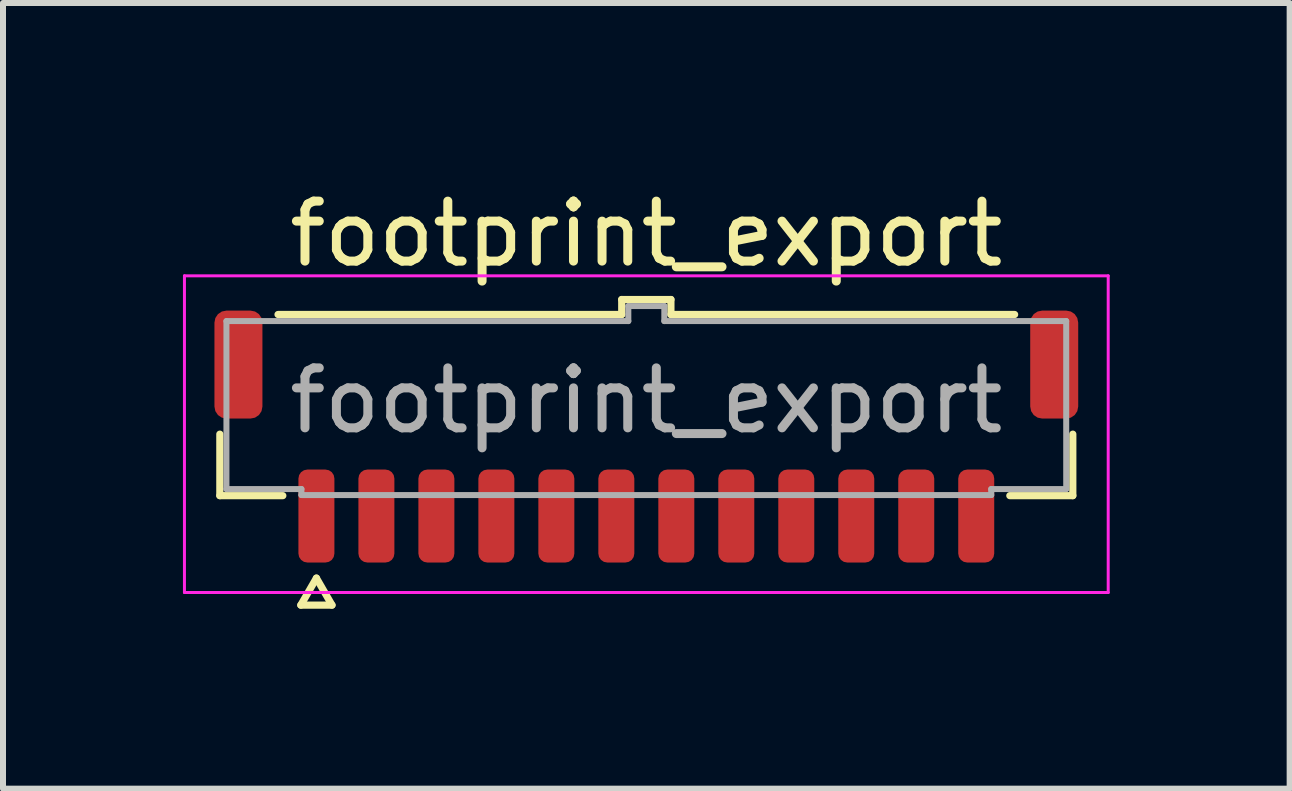
<source format=kicad_pcb>
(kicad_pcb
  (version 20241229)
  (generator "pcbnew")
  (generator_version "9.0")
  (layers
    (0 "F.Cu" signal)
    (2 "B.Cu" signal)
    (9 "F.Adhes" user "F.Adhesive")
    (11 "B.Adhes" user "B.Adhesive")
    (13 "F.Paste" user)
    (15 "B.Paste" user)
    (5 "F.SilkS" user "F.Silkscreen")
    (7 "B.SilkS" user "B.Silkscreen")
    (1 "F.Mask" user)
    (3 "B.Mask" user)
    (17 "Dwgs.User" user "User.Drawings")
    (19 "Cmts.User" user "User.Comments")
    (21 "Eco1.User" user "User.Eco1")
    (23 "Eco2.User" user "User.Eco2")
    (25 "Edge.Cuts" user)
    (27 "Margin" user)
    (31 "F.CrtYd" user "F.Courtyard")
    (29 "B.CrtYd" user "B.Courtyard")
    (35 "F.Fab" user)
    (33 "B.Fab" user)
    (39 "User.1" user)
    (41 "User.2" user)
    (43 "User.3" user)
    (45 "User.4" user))
  (footprint "footprint_export"
    (layer "F.Cu")
    (at 7.725 3.628)
    (property "Reference" "footprint_export" (at 0 -2.78 0) (layer "F.SilkS") (effects (font (size 1 1) (thickness 0.15))))
    (attr smd)
    (fp_line (start -7.11 1.585) (end -7.11 0.56) (stroke (width 0.12) (type solid)) (layer "F.SilkS"))
    (fp_line (start -6.14 -1.435) (end -0.41 -1.435) (stroke (width 0.12) (type solid)) (layer "F.SilkS"))
    (fp_line (start -6.06 1.585) (end -7.11 1.585) (stroke (width 0.12) (type solid)) (layer "F.SilkS"))
    (fp_line (start -5.76 3.41) (end -5.5 2.96) (stroke (width 0.12) (type solid)) (layer "F.SilkS"))
    (fp_line (start -5.5 2.96) (end -5.24 3.41) (stroke (width 0.12) (type solid)) (layer "F.SilkS"))
    (fp_line (start -5.24 3.41) (end -5.76 3.41) (stroke (width 0.12) (type solid)) (layer "F.SilkS"))
    (fp_line (start -0.41 -1.685) (end 0.41 -1.685) (stroke (width 0.12) (type solid)) (layer "F.SilkS"))
    (fp_line (start -0.41 -1.435) (end -0.41 -1.685) (stroke (width 0.12) (type solid)) (layer "F.SilkS"))
    (fp_line (start 0.41 -1.685) (end 0.41 -1.435) (stroke (width 0.12) (type solid)) (layer "F.SilkS"))
    (fp_line (start 0.41 -1.435) (end 6.14 -1.435) (stroke (width 0.12) (type solid)) (layer "F.SilkS"))
    (fp_line (start 7.11 0.56) (end 7.11 1.585) (stroke (width 0.12) (type solid)) (layer "F.SilkS"))
    (fp_line (start 7.11 1.585) (end 6.06 1.585) (stroke (width 0.12) (type solid)) (layer "F.SilkS"))
    (fp_line (start -7.7 -2.08) (end -7.7 3.2) (stroke (width 0.05) (type solid)) (layer "F.CrtYd"))
    (fp_line (start -7.7 3.2) (end 7.7 3.2) (stroke (width 0.05) (type solid)) (layer "F.CrtYd"))
    (fp_line (start 7.7 -2.08) (end -7.7 -2.08) (stroke (width 0.05) (type solid)) (layer "F.CrtYd"))
    (fp_line (start 7.7 3.2) (end 7.7 -2.08) (stroke (width 0.05) (type solid)) (layer "F.CrtYd"))
    (fp_line (start -7 -1.325) (end -0.3 -1.325) (stroke (width 0.1) (type solid)) (layer "F.Fab"))
    (fp_line (start -7 1.475) (end -7 -1.325) (stroke (width 0.1) (type solid)) (layer "F.Fab"))
    (fp_line (start -5.75 1.475) (end -7 1.475) (stroke (width 0.1) (type solid)) (layer "F.Fab"))
    (fp_line (start -5.75 1.575) (end -5.75 1.475) (stroke (width 0.1) (type solid)) (layer "F.Fab"))
    (fp_line (start -0.3 -1.575) (end 0.3 -1.575) (stroke (width 0.1) (type solid)) (layer "F.Fab"))
    (fp_line (start -0.3 -1.325) (end -0.3 -1.575) (stroke (width 0.1) (type solid)) (layer "F.Fab"))
    (fp_line (start 0.3 -1.575) (end 0.3 -1.325) (stroke (width 0.1) (type solid)) (layer "F.Fab"))
    (fp_line (start 0.3 -1.325) (end 7 -1.325) (stroke (width 0.1) (type solid)) (layer "F.Fab"))
    (fp_line (start 5.75 1.475) (end 5.75 1.575) (stroke (width 0.1) (type solid)) (layer "F.Fab"))
    (fp_line (start 5.75 1.575) (end -5.75 1.575) (stroke (width 0.1) (type solid)) (layer "F.Fab"))
    (fp_line (start 7 -1.325) (end 7 1.475) (stroke (width 0.1) (type solid)) (layer "F.Fab"))
    (fp_line (start 7 1.475) (end 5.75 1.475) (stroke (width 0.1) (type solid)) (layer "F.Fab"))
    (fp_text user "${REFERENCE}" (at 0 0 0) (layer "F.Fab") (effects (font (size 1 1) (thickness 0.15))))
    (pad "1" smd roundrect (at -5.5 1.925) (size 0.6 1.55) (layers "F.Cu" "F.Mask" "F.Paste") (roundrect_rratio 0.25))
    (pad "2" smd roundrect (at -4.5 1.925) (size 0.6 1.55) (layers "F.Cu" "F.Mask" "F.Paste") (roundrect_rratio 0.25))
    (pad "3" smd roundrect (at -3.5 1.925) (size 0.6 1.55) (layers "F.Cu" "F.Mask" "F.Paste") (roundrect_rratio 0.25))
    (pad "4" smd roundrect (at -2.5 1.925) (size 0.6 1.55) (layers "F.Cu" "F.Mask" "F.Paste") (roundrect_rratio 0.25))
    (pad "5" smd roundrect (at -1.5 1.925) (size 0.6 1.55) (layers "F.Cu" "F.Mask" "F.Paste") (roundrect_rratio 0.25))
    (pad "6" smd roundrect (at -0.5 1.925) (size 0.6 1.55) (layers "F.Cu" "F.Mask" "F.Paste") (roundrect_rratio 0.25))
    (pad "7" smd roundrect (at 0.5 1.925) (size 0.6 1.55) (layers "F.Cu" "F.Mask" "F.Paste") (roundrect_rratio 0.25))
    (pad "8" smd roundrect (at 1.5 1.925) (size 0.6 1.55) (layers "F.Cu" "F.Mask" "F.Paste") (roundrect_rratio 0.25))
    (pad "9" smd roundrect (at 2.5 1.925) (size 0.6 1.55) (layers "F.Cu" "F.Mask" "F.Paste") (roundrect_rratio 0.25))
    (pad "10" smd roundrect (at 3.5 1.925) (size 0.6 1.55) (layers "F.Cu" "F.Mask" "F.Paste") (roundrect_rratio 0.25))
    (pad "11" smd roundrect (at 4.5 1.925) (size 0.6 1.55) (layers "F.Cu" "F.Mask" "F.Paste") (roundrect_rratio 0.25))
    (pad "12" smd roundrect (at 5.5 1.925) (size 0.6 1.55) (layers "F.Cu" "F.Mask" "F.Paste") (roundrect_rratio 0.25))
    (pad "MP" smd roundrect (at -6.8 -0.6) (size 0.8 1.8) (layers "F.Cu" "F.Mask" "F.Paste") (roundrect_rratio 0.25))
    (pad "MP" smd roundrect (at 6.8 -0.6) (size 0.8 1.8) (layers "F.Cu" "F.Mask" "F.Paste") (roundrect_rratio 0.25)))
  (gr_rect
    (start -3 -3)
    (end 18.45 10.098)
    (stroke (width 0.1) (type default))
    (fill no)
    (layer "Edge.Cuts")))
</source>
